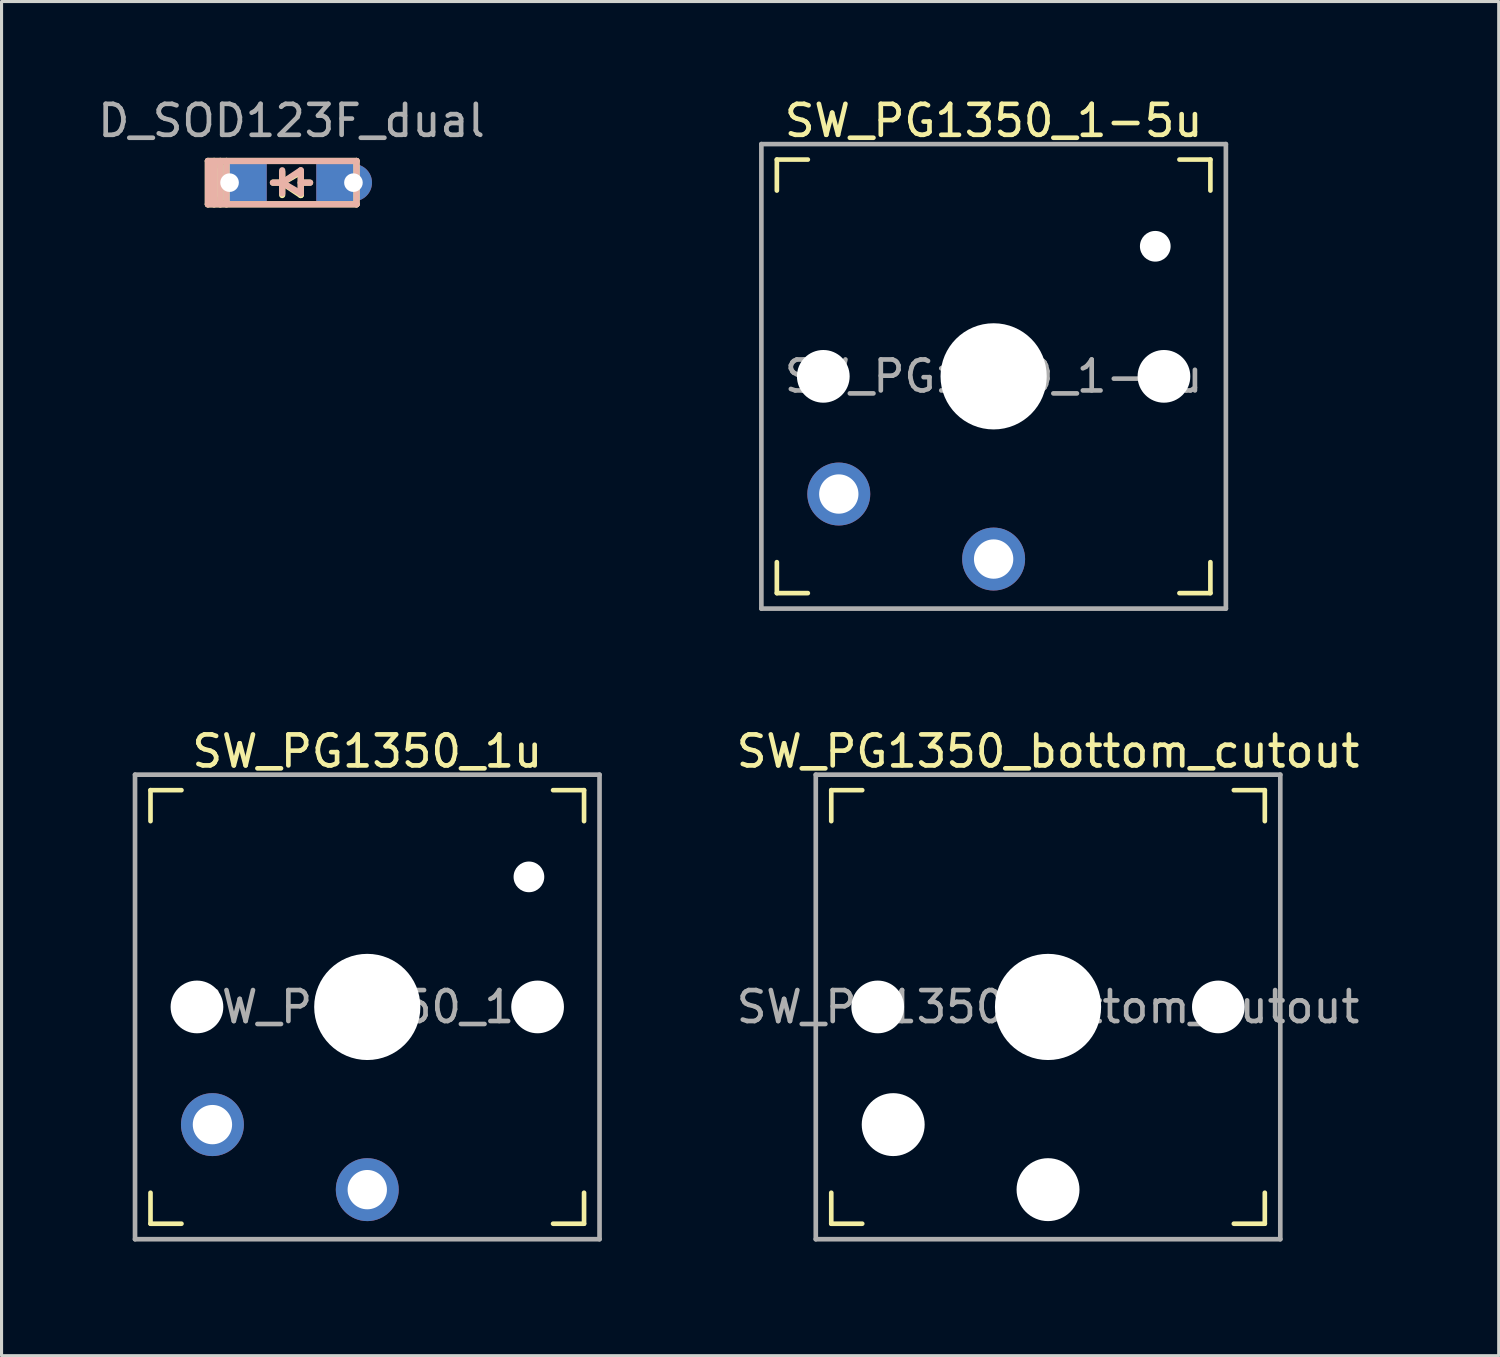
<source format=kicad_pcb>
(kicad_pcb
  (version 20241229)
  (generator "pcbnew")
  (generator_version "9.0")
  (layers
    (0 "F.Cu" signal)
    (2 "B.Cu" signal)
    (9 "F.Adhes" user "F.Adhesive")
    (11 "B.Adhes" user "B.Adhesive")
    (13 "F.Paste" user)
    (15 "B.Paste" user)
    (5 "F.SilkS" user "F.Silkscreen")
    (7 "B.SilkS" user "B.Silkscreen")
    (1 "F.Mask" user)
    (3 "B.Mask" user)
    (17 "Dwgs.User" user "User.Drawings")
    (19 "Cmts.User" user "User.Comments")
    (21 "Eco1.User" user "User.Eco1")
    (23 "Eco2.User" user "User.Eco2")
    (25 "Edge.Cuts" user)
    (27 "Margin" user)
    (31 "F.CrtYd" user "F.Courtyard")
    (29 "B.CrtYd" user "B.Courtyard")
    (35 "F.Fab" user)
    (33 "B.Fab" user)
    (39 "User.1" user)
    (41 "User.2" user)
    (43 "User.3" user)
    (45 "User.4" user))
  (footprint "SW_PG1350_1u"
    (layer "F.Cu")
    (at 8.81 29.466)
    (property "Reference" "SW_PG1350_1u" (at 0 -8.255 0) (layer "F.SilkS") (effects (font (size 1 1) (thickness 0.15))))
    (attr through_hole)
    (fp_line (start -7 -6) (end -7 -7) (stroke (width 0.15) (type solid)) (layer "F.SilkS"))
    (fp_line (start -7 7) (end -7 6) (stroke (width 0.15) (type solid)) (layer "F.SilkS"))
    (fp_line (start -7 7) (end -6 7) (stroke (width 0.15) (type solid)) (layer "F.SilkS"))
    (fp_line (start -6 -7) (end -7 -7) (stroke (width 0.15) (type solid)) (layer "F.SilkS"))
    (fp_line (start 6 7) (end 7 7) (stroke (width 0.15) (type solid)) (layer "F.SilkS"))
    (fp_line (start 7 -7) (end 6 -7) (stroke (width 0.15) (type solid)) (layer "F.SilkS"))
    (fp_line (start 7 -7) (end 7 -6) (stroke (width 0.15) (type solid)) (layer "F.SilkS"))
    (fp_line (start 7 6) (end 7 7) (stroke (width 0.15) (type solid)) (layer "F.SilkS"))
    (fp_line (start -6.9 6.9) (end -6.9 -6.9) (stroke (width 0.15) (type solid)) (layer "Eco2.User"))
    (fp_line (start -6.9 6.9) (end 6.9 6.9) (stroke (width 0.15) (type solid)) (layer "Eco2.User"))
    (fp_line (start -2.6 -3.1) (end -2.6 -6.3) (stroke (width 0.15) (type solid)) (layer "Eco2.User"))
    (fp_line (start -2.6 -3.1) (end 2.6 -3.1) (stroke (width 0.15) (type solid)) (layer "Eco2.User"))
    (fp_line (start 2.6 -6.3) (end -2.6 -6.3) (stroke (width 0.15) (type solid)) (layer "Eco2.User"))
    (fp_line (start 2.6 -3.1) (end 2.6 -6.3) (stroke (width 0.15) (type solid)) (layer "Eco2.User"))
    (fp_line (start 6.9 -6.9) (end -6.9 -6.9) (stroke (width 0.15) (type solid)) (layer "Eco2.User"))
    (fp_line (start 6.9 -6.9) (end 6.9 6.9) (stroke (width 0.15) (type solid)) (layer "Eco2.User"))
    (fp_line (start -7.5 -7.5) (end 7.5 -7.5) (stroke (width 0.15) (type solid)) (layer "F.Fab"))
    (fp_line (start -7.5 7.5) (end -7.5 -7.5) (stroke (width 0.15) (type solid)) (layer "F.Fab"))
    (fp_line (start 7.5 -7.5) (end 7.5 7.5) (stroke (width 0.15) (type solid)) (layer "F.Fab"))
    (fp_line (start 7.5 7.5) (end -7.5 7.5) (stroke (width 0.15) (type solid)) (layer "F.Fab"))
    (fp_rect (start -8.75 8.2) (end 8.75 -8.35) (stroke (width 0.12) (type solid)) (fill no) (layer "User.6"))
    (fp_text user "${REFERENCE}" (at 0 0 0) (layer "F.Fab") (effects (font (size 1 1) (thickness 0.15))))
    (pad "" np_thru_hole circle (at -5.5 0) (size 1.702 1.702) (drill 1.702) (layers "*.Cu" "*.Mask"))
    (pad "" np_thru_hole circle (at 0 0) (size 3.429 3.429) (drill 3.429) (layers "*.Cu" "*.Mask"))
    (pad "" np_thru_hole circle (at 5.22 -4.2) (size 0.991 0.991) (drill 0.991) (layers "*.Cu" "*.Mask"))
    (pad "" np_thru_hole circle (at 5.5 0) (size 1.702 1.702) (drill 1.702) (layers "*.Cu" "*.Mask"))
    (pad "1" thru_hole circle (at -5 3.8) (size 2.032 2.032) (drill 1.27) (layers "*.Cu" "*.Mask"))
    (pad "2" thru_hole circle (at 0 5.9) (size 2.032 2.032) (drill 1.27) (layers "*.Cu" "*.Mask")))
  (footprint "D_SOD123F_dual"
    (layer "F.Cu")
    (at 6.363 2.848)
    (property "Reference" "D_SOD123F_dual" (at 0 1.4 0) (layer "User.7") (effects (font (size 0.7 0.7) (thickness 0.15))))
    (attr smd)
    (fp_line (start -2.7 -0.7) (end -2.7 0.7) (stroke (width 0.2) (type solid)) (layer "F.SilkS"))
    (fp_line (start -2.7 -0.7) (end 2.1 -0.7) (stroke (width 0.2) (type solid)) (layer "F.SilkS"))
    (fp_line (start -2.7 0.7) (end 2.1 0.7) (stroke (width 0.2) (type solid)) (layer "F.SilkS"))
    (fp_line (start -2.5 -0.7) (end -2.5 0.7) (stroke (width 0.2) (type solid)) (layer "F.SilkS"))
    (fp_line (start -2.3 -0.7) (end -2.3 0.7) (stroke (width 0.2) (type solid)) (layer "F.SilkS"))
    (fp_line (start -2.1 -0.7) (end -2.1 0.7) (stroke (width 0.2) (type solid)) (layer "F.SilkS"))
    (fp_line (start -0.3 -0.35) (end -0.3 0.4) (stroke (width 0.2) (type solid)) (layer "F.SilkS"))
    (fp_line (start -0.3 0) (end -0.6 0) (stroke (width 0.2) (type solid)) (layer "F.SilkS"))
    (fp_line (start -0.3 0) (end 0.3 -0.35) (stroke (width 0.2) (type solid)) (layer "F.SilkS"))
    (fp_line (start 0.3 -0.35) (end 0.3 0.4) (stroke (width 0.2) (type solid)) (layer "F.SilkS"))
    (fp_line (start 0.3 0) (end 0.6 0) (stroke (width 0.2) (type solid)) (layer "F.SilkS"))
    (fp_line (start 0.3 0.4) (end -0.3 0) (stroke (width 0.2) (type solid)) (layer "F.SilkS"))
    (fp_line (start 2.1 -0.7) (end 2.1 0.7) (stroke (width 0.2) (type solid)) (layer "F.SilkS"))
    (fp_line (start -2.7 -0.7) (end 2.1 -0.7) (stroke (width 0.2) (type solid)) (layer "B.SilkS"))
    (fp_line (start -2.7 0.7) (end -2.7 -0.7) (stroke (width 0.2) (type solid)) (layer "B.SilkS"))
    (fp_line (start -2.7 0.7) (end 2.1 0.7) (stroke (width 0.2) (type solid)) (layer "B.SilkS"))
    (fp_line (start -2.5 0.7) (end -2.5 -0.7) (stroke (width 0.2) (type solid)) (layer "B.SilkS"))
    (fp_line (start -2.3 0.7) (end -2.3 -0.7) (stroke (width 0.2) (type solid)) (layer "B.SilkS"))
    (fp_line (start -2.1 0.7) (end -2.1 -0.7) (stroke (width 0.2) (type solid)) (layer "B.SilkS"))
    (fp_line (start -0.3 0) (end -0.6 0) (stroke (width 0.2) (type solid)) (layer "B.SilkS"))
    (fp_line (start -0.3 0) (end 0.3 0.35) (stroke (width 0.2) (type solid)) (layer "B.SilkS"))
    (fp_line (start -0.3 0.35) (end -0.3 -0.4) (stroke (width 0.2) (type solid)) (layer "B.SilkS"))
    (fp_line (start 0.3 -0.4) (end -0.3 0) (stroke (width 0.2) (type solid)) (layer "B.SilkS"))
    (fp_line (start 0.3 0) (end 0.6 0) (stroke (width 0.2) (type solid)) (layer "B.SilkS"))
    (fp_line (start 0.3 0.35) (end 0.3 -0.4) (stroke (width 0.2) (type solid)) (layer "B.SilkS"))
    (fp_line (start 2.1 0.7) (end 2.1 -0.7) (stroke (width 0.2) (type solid)) (layer "B.SilkS"))
    (fp_text user "${REFERENCE}" (at 0 -2 0) (layer "F.Fab") (effects (font (size 1 1) (thickness 0.15))))
    (pad "1" thru_hole circle (at -2 0) (size 1.2 1.2) (drill 0.6) (layers "*.Cu"))
    (pad "1" smd rect (at -1.4 0) (size 1.2 1.2) (layers "F.Cu" "F.Mask" "F.Paste"))
    (pad "1" smd rect (at -1.4 0) (size 1.2 1.2) (layers "B.Cu" "B.Mask" "B.Paste"))
    (pad "2" smd rect (at 1.4 0) (size 1.2 1.2) (layers "F.Cu" "F.Mask" "F.Paste"))
    (pad "2" smd rect (at 1.4 0) (size 1.2 1.2) (layers "B.Cu" "B.Mask" "B.Paste"))
    (pad "2" thru_hole circle (at 2 0) (size 1.2 1.2) (drill 0.6) (layers "*.Cu")))
  (footprint "SW_PG1350_1-5u"
    (layer "F.Cu")
    (at 29.036 9.103)
    (property "Reference" "SW_PG1350_1-5u" (at 0 -8.255 0) (layer "F.SilkS") (effects (font (size 1 1) (thickness 0.15))))
    (attr through_hole)
    (fp_line (start -7 -6) (end -7 -7) (stroke (width 0.15) (type solid)) (layer "F.SilkS"))
    (fp_line (start -7 7) (end -7 6) (stroke (width 0.15) (type solid)) (layer "F.SilkS"))
    (fp_line (start -7 7) (end -6 7) (stroke (width 0.15) (type solid)) (layer "F.SilkS"))
    (fp_line (start -6 -7) (end -7 -7) (stroke (width 0.15) (type solid)) (layer "F.SilkS"))
    (fp_line (start 6 7) (end 7 7) (stroke (width 0.15) (type solid)) (layer "F.SilkS"))
    (fp_line (start 7 -7) (end 6 -7) (stroke (width 0.15) (type solid)) (layer "F.SilkS"))
    (fp_line (start 7 -7) (end 7 -6) (stroke (width 0.15) (type solid)) (layer "F.SilkS"))
    (fp_line (start 7 6) (end 7 7) (stroke (width 0.15) (type solid)) (layer "F.SilkS"))
    (fp_line (start -6.9 6.9) (end -6.9 -6.9) (stroke (width 0.15) (type solid)) (layer "Eco2.User"))
    (fp_line (start -6.9 6.9) (end 6.9 6.9) (stroke (width 0.15) (type solid)) (layer "Eco2.User"))
    (fp_line (start -2.6 -3.1) (end -2.6 -6.3) (stroke (width 0.15) (type solid)) (layer "Eco2.User"))
    (fp_line (start -2.6 -3.1) (end 2.6 -3.1) (stroke (width 0.15) (type solid)) (layer "Eco2.User"))
    (fp_line (start 2.6 -6.3) (end -2.6 -6.3) (stroke (width 0.15) (type solid)) (layer "Eco2.User"))
    (fp_line (start 2.6 -3.1) (end 2.6 -6.3) (stroke (width 0.15) (type solid)) (layer "Eco2.User"))
    (fp_line (start 6.9 -6.9) (end -6.9 -6.9) (stroke (width 0.15) (type solid)) (layer "Eco2.User"))
    (fp_line (start 6.9 -6.9) (end 6.9 6.9) (stroke (width 0.15) (type solid)) (layer "Eco2.User"))
    (fp_line (start -7.5 -7.5) (end 7.5 -7.5) (stroke (width 0.15) (type solid)) (layer "F.Fab"))
    (fp_line (start -7.5 7.5) (end -7.5 -7.5) (stroke (width 0.15) (type solid)) (layer "F.Fab"))
    (fp_line (start 7.5 -7.5) (end 7.5 7.5) (stroke (width 0.15) (type solid)) (layer "F.Fab"))
    (fp_line (start 7.5 7.5) (end -7.5 7.5) (stroke (width 0.15) (type solid)) (layer "F.Fab"))
    (fp_rect (start -13.25 8.2) (end 13.25 -8.35) (stroke (width 0.12) (type solid)) (fill no) (layer "User.6"))
    (fp_text user "${REFERENCE}" (at 0 0 0) (layer "F.Fab") (effects (font (size 1 1) (thickness 0.15))))
    (pad "" np_thru_hole circle (at -5.5 0) (size 1.702 1.702) (drill 1.702) (layers "*.Cu" "*.Mask"))
    (pad "" np_thru_hole circle (at 0 0) (size 3.429 3.429) (drill 3.429) (layers "*.Cu" "*.Mask"))
    (pad "" np_thru_hole circle (at 5.22 -4.2) (size 0.991 0.991) (drill 0.991) (layers "*.Cu" "*.Mask"))
    (pad "" np_thru_hole circle (at 5.5 0) (size 1.702 1.702) (drill 1.702) (layers "*.Cu" "*.Mask"))
    (pad "1" thru_hole circle (at 0 5.9) (size 2.032 2.032) (drill 1.27) (layers "*.Cu" "*.Mask"))
    (pad "2" thru_hole circle (at -5 3.8) (size 2.032 2.032) (drill 1.27) (layers "*.Cu" "*.Mask")))
  (footprint "SW_PG1350_bottom_cutout"
    (layer "F.Cu")
    (at 30.793 29.466)
    (property "Reference" "SW_PG1350_bottom_cutout" (at 0 -8.255 0) (layer "F.SilkS") (effects (font (size 1 1) (thickness 0.15))))
    (attr through_hole)
    (fp_line (start -7 -6) (end -7 -7) (stroke (width 0.15) (type solid)) (layer "F.SilkS"))
    (fp_line (start -7 7) (end -7 6) (stroke (width 0.15) (type solid)) (layer "F.SilkS"))
    (fp_line (start -7 7) (end -6 7) (stroke (width 0.15) (type solid)) (layer "F.SilkS"))
    (fp_line (start -6 -7) (end -7 -7) (stroke (width 0.15) (type solid)) (layer "F.SilkS"))
    (fp_line (start 6 7) (end 7 7) (stroke (width 0.15) (type solid)) (layer "F.SilkS"))
    (fp_line (start 7 -7) (end 6 -7) (stroke (width 0.15) (type solid)) (layer "F.SilkS"))
    (fp_line (start 7 -7) (end 7 -6) (stroke (width 0.15) (type solid)) (layer "F.SilkS"))
    (fp_line (start 7 6) (end 7 7) (stroke (width 0.15) (type solid)) (layer "F.SilkS"))
    (fp_line (start -6.9 6.9) (end -6.9 -6.9) (stroke (width 0.15) (type solid)) (layer "Eco2.User"))
    (fp_line (start -6.9 6.9) (end 6.9 6.9) (stroke (width 0.15) (type solid)) (layer "Eco2.User"))
    (fp_line (start -2.6 -3.1) (end -2.6 -6.3) (stroke (width 0.15) (type solid)) (layer "Eco2.User"))
    (fp_line (start -2.6 -3.1) (end 2.6 -3.1) (stroke (width 0.15) (type solid)) (layer "Eco2.User"))
    (fp_line (start 2.6 -6.3) (end -2.6 -6.3) (stroke (width 0.15) (type solid)) (layer "Eco2.User"))
    (fp_line (start 2.6 -3.1) (end 2.6 -6.3) (stroke (width 0.15) (type solid)) (layer "Eco2.User"))
    (fp_line (start 6.9 -6.9) (end -6.9 -6.9) (stroke (width 0.15) (type solid)) (layer "Eco2.User"))
    (fp_line (start 6.9 -6.9) (end 6.9 6.9) (stroke (width 0.15) (type solid)) (layer "Eco2.User"))
    (fp_line (start -7.5 -7.5) (end 7.5 -7.5) (stroke (width 0.15) (type solid)) (layer "F.Fab"))
    (fp_line (start -7.5 7.5) (end -7.5 -7.5) (stroke (width 0.15) (type solid)) (layer "F.Fab"))
    (fp_line (start 7.5 -7.5) (end 7.5 7.5) (stroke (width 0.15) (type solid)) (layer "F.Fab"))
    (fp_line (start 7.5 7.5) (end -7.5 7.5) (stroke (width 0.15) (type solid)) (layer "F.Fab"))
    (fp_rect (start -8.75 8.2) (end 8.75 -8.35) (stroke (width 0.12) (type solid)) (fill no) (layer "User.6"))
    (fp_text user "${REFERENCE}" (at 0 0 0) (layer "F.Fab") (effects (font (size 1 1) (thickness 0.15))))
    (pad "" np_thru_hole circle (at -5.5 0) (size 1.702 1.702) (drill 1.702) (layers "*.Cu" "*.Mask"))
    (pad "" np_thru_hole circle (at -5 3.8) (size 2.032 2.032) (drill 2.032) (layers "*.Cu" "*.Mask"))
    (pad "" np_thru_hole circle (at 0 0) (size 3.429 3.429) (drill 3.429) (layers "*.Cu" "*.Mask"))
    (pad "" np_thru_hole circle (at 0 5.9) (size 2.032 2.032) (drill 2.032) (layers "*.Cu" "*.Mask"))
    (pad "" np_thru_hole circle (at 5.5 0) (size 1.702 1.702) (drill 1.702) (layers "*.Cu" "*.Mask")))
  (gr_rect
    (start -3 -3)
    (end 45.346 40.727)
    (stroke (width 0.1) (type default))
    (fill no)
    (layer "Edge.Cuts")))
</source>
